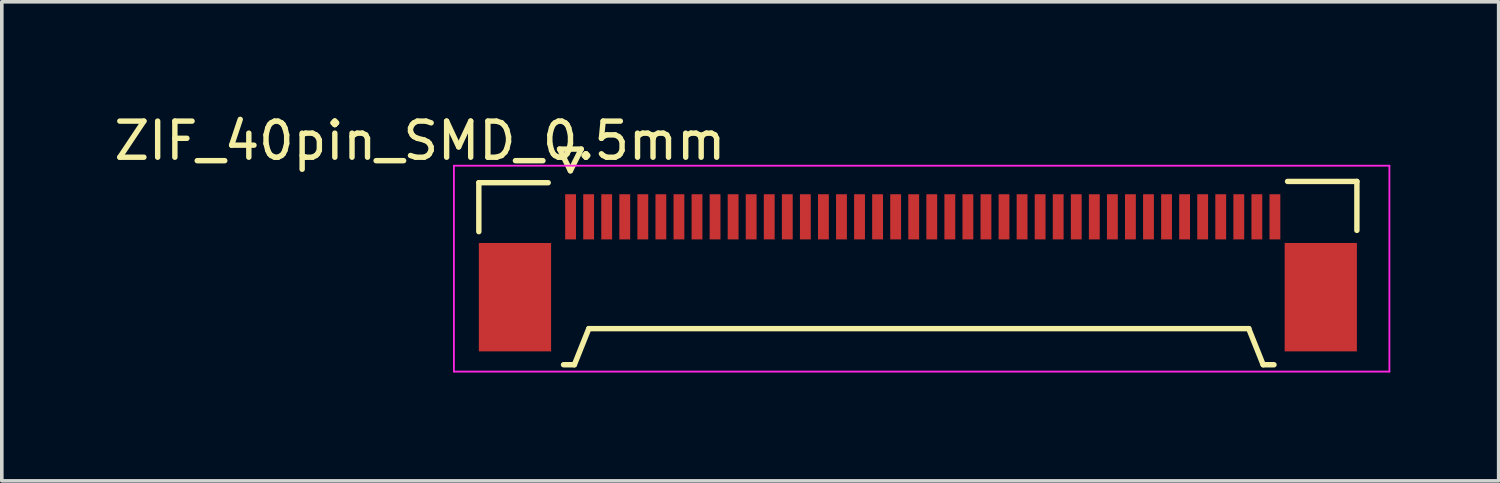
<source format=kicad_pcb>
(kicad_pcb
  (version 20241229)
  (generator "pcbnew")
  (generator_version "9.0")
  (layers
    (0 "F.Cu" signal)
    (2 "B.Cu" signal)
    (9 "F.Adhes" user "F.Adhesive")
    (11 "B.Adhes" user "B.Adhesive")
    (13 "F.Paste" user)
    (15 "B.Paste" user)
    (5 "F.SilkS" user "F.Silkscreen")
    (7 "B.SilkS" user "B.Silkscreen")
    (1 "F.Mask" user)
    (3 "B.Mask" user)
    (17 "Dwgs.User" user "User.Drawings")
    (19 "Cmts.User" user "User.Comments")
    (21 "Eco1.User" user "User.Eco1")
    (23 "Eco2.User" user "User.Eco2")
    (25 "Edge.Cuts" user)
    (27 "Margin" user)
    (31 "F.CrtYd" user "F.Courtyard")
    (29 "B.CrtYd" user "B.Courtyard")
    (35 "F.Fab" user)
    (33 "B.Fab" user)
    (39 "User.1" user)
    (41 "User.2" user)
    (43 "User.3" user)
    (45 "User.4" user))
  (footprint "ZIF_40pin_SMD_0.5mm"
    (layer "F.Cu")
    (at 22.507 4.718)
    (property "Reference" "ZIF_40pin_SMD_0.5mm" (at -13.93 -3.87 0) (layer "F.SilkS") (effects (font (size 1 1) (thickness 0.15))))
    (attr smd)
    (fp_line (start -12.3 -2.71) (end -12.3 -1.355) (stroke (width 0.15) (type solid)) (layer "F.SilkS"))
    (fp_line (start -10.38 -2.71) (end -12.3 -2.71) (stroke (width 0.15) (type solid)) (layer "F.SilkS"))
    (fp_line (start -10.065 -3.64) (end -9.765 -3.04) (stroke (width 0.15) (type solid)) (layer "F.SilkS"))
    (fp_line (start -9.955 2.33) (end -9.655 2.33) (stroke (width 0.15) (type solid)) (layer "F.SilkS"))
    (fp_line (start -9.765 -3.04) (end -9.465 -3.64) (stroke (width 0.15) (type solid)) (layer "F.SilkS"))
    (fp_line (start -9.655 2.33) (end -9.255 1.33) (stroke (width 0.15) (type solid)) (layer "F.SilkS"))
    (fp_line (start -9.465 -3.64) (end -10.065 -3.64) (stroke (width 0.15) (type solid)) (layer "F.SilkS"))
    (fp_line (start -9.255 1.33) (end 9.02 1.33) (stroke (width 0.15) (type solid)) (layer "F.SilkS"))
    (fp_line (start 9.015 1.33) (end 9.415 2.33) (stroke (width 0.15) (type solid)) (layer "F.SilkS"))
    (fp_line (start 9.415 2.33) (end 9.715 2.33) (stroke (width 0.15) (type solid)) (layer "F.SilkS"))
    (fp_line (start 12.01 -2.745) (end 10.09 -2.745) (stroke (width 0.15) (type solid)) (layer "F.SilkS"))
    (fp_line (start 12.01 -2.745) (end 12.01 -1.39) (stroke (width 0.15) (type solid)) (layer "F.SilkS"))
    (fp_line (start -12.99 -3.18) (end -12.99 2.52) (stroke (width 0.05) (type solid)) (layer "F.CrtYd"))
    (fp_line (start -12.99 2.52) (end 12.91 2.52) (stroke (width 0.05) (type solid)) (layer "F.CrtYd"))
    (fp_line (start 12.91 -3.18) (end -12.99 -3.18) (stroke (width 0.05) (type solid)) (layer "F.CrtYd"))
    (fp_line (start 12.91 2.52) (end 12.91 -3.18) (stroke (width 0.05) (type solid)) (layer "F.CrtYd"))
    (pad "" smd rect (at -11.3 0.46) (size 2 3) (layers "F.Cu" "F.Mask" "F.Paste"))
    (pad "" smd rect (at 11.01 0.46) (size 2 3) (layers "F.Cu" "F.Mask" "F.Paste"))
    (pad "1" smd rect (at -9.76 -1.765) (size 0.3 1.25) (layers "F.Cu" "F.Mask" "F.Paste"))
    (pad "2" smd rect (at -9.26 -1.765) (size 0.3 1.25) (layers "F.Cu" "F.Mask" "F.Paste"))
    (pad "3" smd rect (at -8.76 -1.765) (size 0.3 1.25) (layers "F.Cu" "F.Mask" "F.Paste"))
    (pad "4" smd rect (at -8.26 -1.765) (size 0.3 1.25) (layers "F.Cu" "F.Mask" "F.Paste"))
    (pad "5" smd rect (at -7.76 -1.765) (size 0.3 1.25) (layers "F.Cu" "F.Mask" "F.Paste"))
    (pad "6" smd rect (at -7.26 -1.765) (size 0.3 1.25) (layers "F.Cu" "F.Mask" "F.Paste"))
    (pad "7" smd rect (at -6.76 -1.765) (size 0.3 1.25) (layers "F.Cu" "F.Mask" "F.Paste"))
    (pad "8" smd rect (at -6.26 -1.765) (size 0.3 1.25) (layers "F.Cu" "F.Mask" "F.Paste"))
    (pad "9" smd rect (at -5.76 -1.765) (size 0.3 1.25) (layers "F.Cu" "F.Mask" "F.Paste"))
    (pad "10" smd rect (at -5.26 -1.765) (size 0.3 1.25) (layers "F.Cu" "F.Mask" "F.Paste"))
    (pad "11" smd rect (at -4.76 -1.765) (size 0.3 1.25) (layers "F.Cu" "F.Mask" "F.Paste"))
    (pad "12" smd rect (at -4.26 -1.765) (size 0.3 1.25) (layers "F.Cu" "F.Mask" "F.Paste"))
    (pad "13" smd rect (at -3.76 -1.765) (size 0.3 1.25) (layers "F.Cu" "F.Mask" "F.Paste"))
    (pad "14" smd rect (at -3.26 -1.765) (size 0.3 1.25) (layers "F.Cu" "F.Mask" "F.Paste"))
    (pad "15" smd rect (at -2.76 -1.765) (size 0.3 1.25) (layers "F.Cu" "F.Mask" "F.Paste"))
    (pad "16" smd rect (at -2.26 -1.765) (size 0.3 1.25) (layers "F.Cu" "F.Mask" "F.Paste"))
    (pad "17" smd rect (at -1.76 -1.765) (size 0.3 1.25) (layers "F.Cu" "F.Mask" "F.Paste"))
    (pad "18" smd rect (at -1.26 -1.765) (size 0.3 1.25) (layers "F.Cu" "F.Mask" "F.Paste"))
    (pad "19" smd rect (at -0.76 -1.765) (size 0.3 1.25) (layers "F.Cu" "F.Mask" "F.Paste"))
    (pad "20" smd rect (at -0.26 -1.765) (size 0.3 1.25) (layers "F.Cu" "F.Mask" "F.Paste"))
    (pad "21" smd rect (at 0.24 -1.765) (size 0.3 1.25) (layers "F.Cu" "F.Mask" "F.Paste"))
    (pad "22" smd rect (at 0.74 -1.765) (size 0.3 1.25) (layers "F.Cu" "F.Mask" "F.Paste"))
    (pad "23" smd rect (at 1.24 -1.765 180) (size 0.3 1.25) (layers "F.Cu" "F.Mask" "F.Paste"))
    (pad "24" smd rect (at 1.74 -1.765) (size 0.3 1.25) (layers "F.Cu" "F.Mask" "F.Paste"))
    (pad "25" smd rect (at 2.24 -1.765) (size 0.3 1.25) (layers "F.Cu" "F.Mask" "F.Paste"))
    (pad "26" smd rect (at 2.74 -1.765) (size 0.3 1.25) (layers "F.Cu" "F.Mask" "F.Paste"))
    (pad "27" smd rect (at 3.24 -1.765) (size 0.3 1.25) (layers "F.Cu" "F.Mask" "F.Paste"))
    (pad "28" smd rect (at 3.74 -1.765) (size 0.3 1.25) (layers "F.Cu" "F.Mask" "F.Paste"))
    (pad "29" smd rect (at 4.24 -1.765) (size 0.3 1.25) (layers "F.Cu" "F.Mask" "F.Paste"))
    (pad "30" smd rect (at 4.74 -1.765) (size 0.3 1.25) (layers "F.Cu" "F.Mask" "F.Paste"))
    (pad "31" smd rect (at 5.24 -1.765) (size 0.3 1.25) (layers "F.Cu" "F.Mask" "F.Paste"))
    (pad "32" smd rect (at 5.74 -1.765) (size 0.3 1.25) (layers "F.Cu" "F.Mask" "F.Paste"))
    (pad "33" smd rect (at 6.24 -1.765 180) (size 0.3 1.25) (layers "F.Cu" "F.Mask" "F.Paste"))
    (pad "34" smd rect (at 6.74 -1.765) (size 0.3 1.25) (layers "F.Cu" "F.Mask" "F.Paste"))
    (pad "35" smd rect (at 7.24 -1.765) (size 0.3 1.25) (layers "F.Cu" "F.Mask" "F.Paste"))
    (pad "36" smd rect (at 7.74 -1.765) (size 0.3 1.25) (layers "F.Cu" "F.Mask" "F.Paste"))
    (pad "37" smd rect (at 8.24 -1.765) (size 0.3 1.25) (layers "F.Cu" "F.Mask" "F.Paste"))
    (pad "38" smd rect (at 8.74 -1.765) (size 0.3 1.25) (layers "F.Cu" "F.Mask" "F.Paste"))
    (pad "39" smd rect (at 9.24 -1.765) (size 0.3 1.25) (layers "F.Cu" "F.Mask" "F.Paste"))
    (pad "40" smd rect (at 9.74 -1.765) (size 0.3 1.25) (layers "F.Cu" "F.Mask" "F.Paste")))
  (gr_rect
    (start -3 -3)
    (end 38.442 10.263)
    (stroke (width 0.1) (type default))
    (fill no)
    (layer "Edge.Cuts")))
</source>
